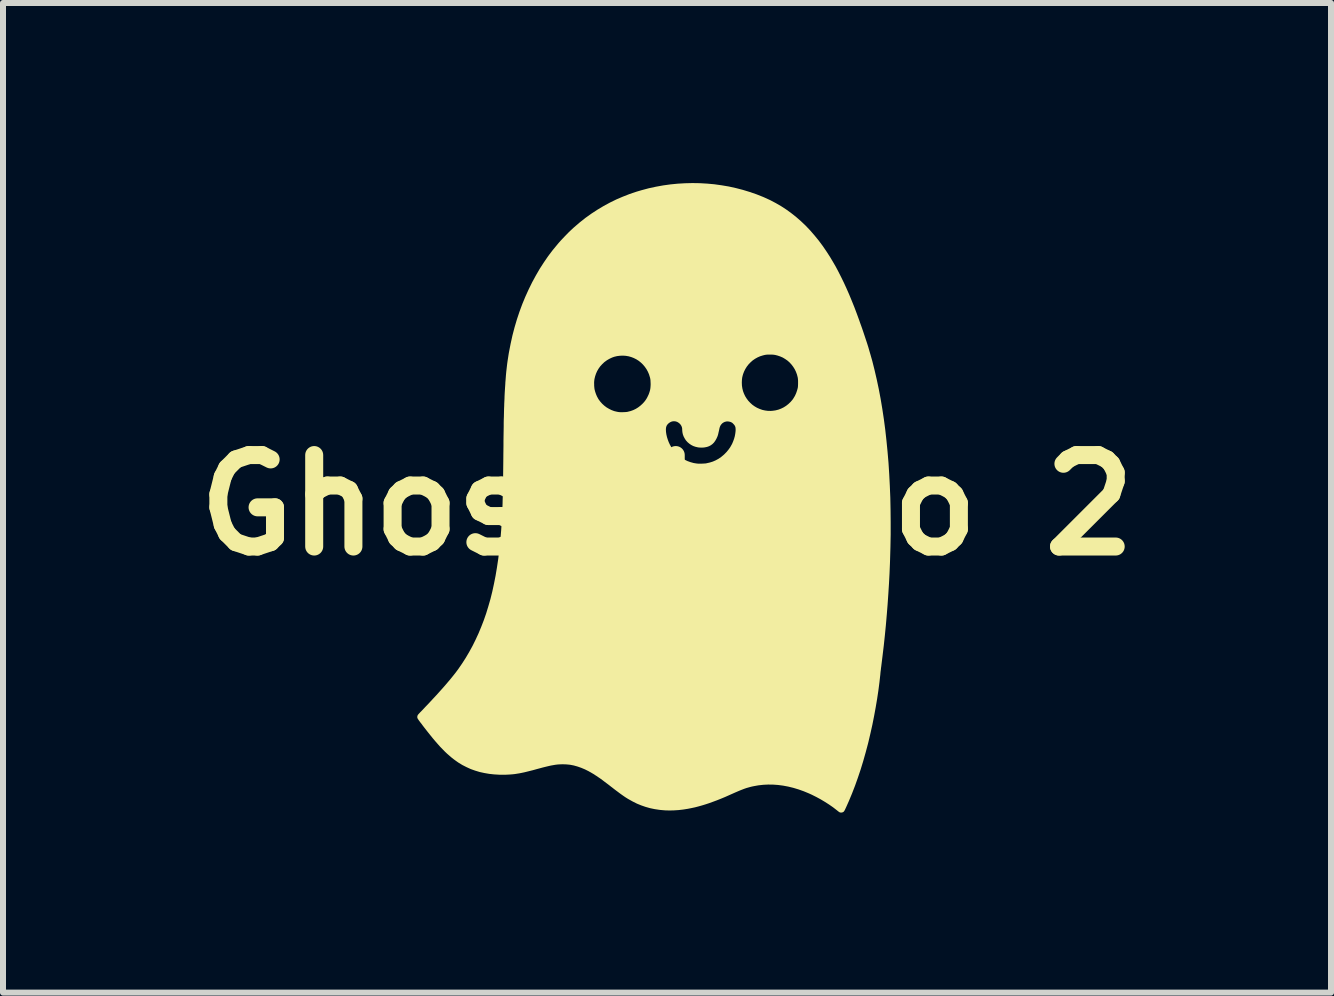
<source format=kicad_pcb>
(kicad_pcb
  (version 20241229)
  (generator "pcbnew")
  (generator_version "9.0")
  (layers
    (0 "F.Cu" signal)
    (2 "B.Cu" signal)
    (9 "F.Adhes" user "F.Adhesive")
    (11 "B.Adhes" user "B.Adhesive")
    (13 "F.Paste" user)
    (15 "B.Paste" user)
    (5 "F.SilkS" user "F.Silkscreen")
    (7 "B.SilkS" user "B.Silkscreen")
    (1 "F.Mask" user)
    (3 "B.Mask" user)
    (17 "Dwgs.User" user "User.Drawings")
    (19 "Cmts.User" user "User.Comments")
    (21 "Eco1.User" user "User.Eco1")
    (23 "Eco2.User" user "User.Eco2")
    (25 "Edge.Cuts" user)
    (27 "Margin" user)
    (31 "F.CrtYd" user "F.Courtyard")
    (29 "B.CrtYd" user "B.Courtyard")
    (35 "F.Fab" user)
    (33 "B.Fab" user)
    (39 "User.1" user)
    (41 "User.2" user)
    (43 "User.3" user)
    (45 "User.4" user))
  (footprint "Ghost Logo 2"
    (layer "F.Cu")
    (at 8.063 5.366)
    (property "Reference" "Ghost Logo 2" (at 0 0 0) (layer "F.SilkS") (effects (font (size 1.524 1.524) (thickness 0.3))))
    (attr board_only exclude_from_pos_files exclude_from_bom)
    (fp_poly (pts (xy 0.546 -5.364) (xy 0.667 -5.357) (xy 0.788 -5.346) (xy 0.909 -5.329) (xy 1.028 -5.309) (xy 1.146 -5.283) (xy 1.262 -5.253) (xy 1.377 -5.218) (xy 1.49 -5.179) (xy 1.601 -5.135) (xy 1.626 -5.124) (xy 1.72 -5.081) (xy 1.811 -5.033) (xy 1.901 -4.981) (xy 1.987 -4.925) (xy 2.071 -4.864) (xy 2.153 -4.799) (xy 2.232 -4.73) (xy 2.31 -4.656) (xy 2.385 -4.577) (xy 2.457 -4.494) (xy 2.528 -4.407) (xy 2.597 -4.314) (xy 2.663 -4.217) (xy 2.717 -4.133) (xy 2.764 -4.054) (xy 2.811 -3.973) (xy 2.856 -3.888) (xy 2.901 -3.799) (xy 2.946 -3.707) (xy 2.99 -3.611) (xy 3.034 -3.511) (xy 3.077 -3.407) (xy 3.121 -3.298) (xy 3.164 -3.184) (xy 3.207 -3.066) (xy 3.21 -3.056) (xy 3.239 -2.976) (xy 3.265 -2.901) (xy 3.289 -2.829) (xy 3.312 -2.76) (xy 3.334 -2.694) (xy 3.354 -2.63) (xy 3.372 -2.567) (xy 3.39 -2.506) (xy 3.407 -2.446) (xy 3.42 -2.4) (xy 3.458 -2.249) (xy 3.494 -2.093) (xy 3.528 -1.933) (xy 3.559 -1.769) (xy 3.587 -1.601) (xy 3.613 -1.429) (xy 3.636 -1.253) (xy 3.656 -1.073) (xy 3.674 -0.89) (xy 3.69 -0.703) (xy 3.702 -0.513) (xy 3.712 -0.319) (xy 3.72 -0.122) (xy 3.724 0.078) (xy 3.726 0.281) (xy 3.726 0.488) (xy 3.722 0.696) (xy 3.716 0.908) (xy 3.714 0.967) (xy 3.707 1.135) (xy 3.698 1.305) (xy 3.687 1.478) (xy 3.675 1.652) (xy 3.661 1.826) (xy 3.646 2) (xy 3.629 2.172) (xy 3.611 2.341) (xy 3.591 2.507) (xy 3.572 2.661) (xy 3.569 2.686) (xy 3.565 2.714) (xy 3.562 2.744) (xy 3.558 2.773) (xy 3.555 2.801) (xy 3.554 2.816) (xy 3.539 2.951) (xy 3.521 3.089) (xy 3.5 3.229) (xy 3.476 3.371) (xy 3.45 3.512) (xy 3.422 3.654) (xy 3.391 3.793) (xy 3.359 3.93) (xy 3.349 3.971) (xy 3.309 4.121) (xy 3.268 4.266) (xy 3.225 4.406) (xy 3.179 4.543) (xy 3.132 4.675) (xy 3.082 4.804) (xy 3.03 4.929) (xy 2.989 5.021) (xy 2.979 5.043) (xy 2.97 5.062) (xy 2.963 5.077) (xy 2.957 5.088) (xy 2.951 5.097) (xy 2.946 5.104) (xy 2.941 5.109) (xy 2.936 5.112) (xy 2.93 5.115) (xy 2.927 5.117) (xy 2.915 5.12) (xy 2.902 5.122) (xy 2.889 5.121) (xy 2.887 5.121) (xy 2.882 5.119) (xy 2.877 5.118) (xy 2.872 5.115) (xy 2.865 5.111) (xy 2.857 5.105) (xy 2.847 5.097) (xy 2.833 5.086) (xy 2.828 5.082) (xy 2.766 5.034) (xy 2.7 4.988) (xy 2.631 4.944) (xy 2.559 4.901) (xy 2.487 4.862) (xy 2.413 4.825) (xy 2.365 4.803) (xy 2.278 4.767) (xy 2.191 4.736) (xy 2.105 4.71) (xy 2.019 4.689) (xy 1.934 4.673) (xy 1.85 4.662) (xy 1.767 4.656) (xy 1.684 4.655) (xy 1.603 4.659) (xy 1.522 4.668) (xy 1.455 4.68) (xy 1.42 4.687) (xy 1.387 4.695) (xy 1.355 4.704) (xy 1.323 4.713) (xy 1.291 4.724) (xy 1.257 4.737) (xy 1.221 4.751) (xy 1.183 4.767) (xy 1.141 4.785) (xy 1.123 4.793) (xy 1.044 4.828) (xy 0.97 4.861) (xy 0.898 4.891) (xy 0.83 4.918) (xy 0.765 4.942) (xy 0.702 4.965) (xy 0.641 4.985) (xy 0.582 5.003) (xy 0.525 5.019) (xy 0.468 5.034) (xy 0.412 5.046) (xy 0.357 5.057) (xy 0.346 5.059) (xy 0.271 5.071) (xy 0.195 5.08) (xy 0.118 5.085) (xy 0.043 5.087) (xy -0.031 5.085) (xy -0.102 5.079) (xy -0.129 5.076) (xy -0.208 5.064) (xy -0.284 5.048) (xy -0.358 5.027) (xy -0.43 5.002) (xy -0.501 4.973) (xy -0.571 4.938) (xy -0.641 4.899) (xy -0.653 4.892) (xy -0.674 4.879) (xy -0.696 4.865) (xy -0.718 4.85) (xy -0.741 4.834) (xy -0.765 4.817) (xy -0.791 4.798) (xy -0.819 4.777) (xy -0.85 4.754) (xy -0.884 4.728) (xy -0.921 4.699) (xy -0.927 4.695) (xy -0.97 4.661) (xy -1.01 4.631) (xy -1.046 4.604) (xy -1.079 4.579) (xy -1.11 4.556) (xy -1.14 4.536) (xy -1.167 4.517) (xy -1.194 4.5) (xy -1.219 4.483) (xy -1.245 4.468) (xy -1.27 4.453) (xy -1.296 4.439) (xy -1.304 4.434) (xy -1.368 4.402) (xy -1.43 4.376) (xy -1.493 4.354) (xy -1.554 4.337) (xy -1.616 4.325) (xy -1.678 4.319) (xy -1.74 4.317) (xy -1.798 4.319) (xy -1.824 4.321) (xy -1.85 4.324) (xy -1.876 4.328) (xy -1.904 4.333) (xy -1.933 4.338) (xy -1.964 4.345) (xy -1.998 4.353) (xy -2.035 4.362) (xy -2.075 4.372) (xy -2.119 4.384) (xy -2.168 4.397) (xy -2.175 4.399) (xy -2.232 4.415) (xy -2.284 4.428) (xy -2.332 4.44) (xy -2.377 4.451) (xy -2.42 4.46) (xy -2.46 4.468) (xy -2.498 4.474) (xy -2.536 4.48) (xy -2.572 4.484) (xy -2.608 4.487) (xy -2.645 4.489) (xy -2.683 4.491) (xy -2.704 4.491) (xy -2.793 4.491) (xy -2.879 4.486) (xy -2.962 4.477) (xy -3.043 4.463) (xy -3.121 4.446) (xy -3.197 4.423) (xy -3.27 4.397) (xy -3.34 4.365) (xy -3.409 4.33) (xy -3.475 4.29) (xy -3.515 4.262) (xy -3.552 4.235) (xy -3.589 4.206) (xy -3.625 4.175) (xy -3.663 4.142) (xy -3.701 4.106) (xy -3.739 4.067) (xy -3.779 4.026) (xy -3.819 3.981) (xy -3.861 3.933) (xy -3.905 3.881) (xy -3.95 3.825) (xy -3.997 3.766) (xy -4.047 3.702) (xy -4.07 3.672) (xy -4.088 3.647) (xy -4.104 3.627) (xy -4.117 3.61) (xy -4.127 3.596) (xy -4.136 3.584) (xy -4.142 3.575) (xy -4.147 3.567) (xy -4.151 3.561) (xy -4.154 3.557) (xy -4.156 3.553) (xy -4.157 3.549) (xy -4.158 3.547) (xy -4.161 3.536) (xy -4.161 3.526) (xy -4.159 3.515) (xy -4.157 3.508) (xy -4.156 3.504) (xy -4.154 3.5) (xy -4.151 3.495) (xy -4.147 3.49) (xy -4.142 3.483) (xy -4.134 3.475) (xy -4.124 3.464) (xy -4.111 3.45) (xy -4.095 3.434) (xy -4.089 3.428) (xy -4.024 3.359) (xy -3.96 3.292) (xy -3.9 3.227) (xy -3.842 3.165) (xy -3.788 3.105) (xy -3.736 3.047) (xy -3.688 2.992) (xy -3.643 2.939) (xy -3.601 2.889) (xy -3.563 2.842) (xy -3.528 2.798) (xy -3.498 2.758) (xy -3.478 2.731) (xy -3.414 2.638) (xy -3.353 2.543) (xy -3.296 2.446) (xy -3.241 2.346) (xy -3.19 2.243) (xy -3.141 2.137) (xy -3.096 2.029) (xy -3.053 1.918) (xy -3.013 1.803) (xy -2.977 1.685) (xy -2.942 1.564) (xy -2.911 1.439) (xy -2.883 1.31) (xy -2.857 1.178) (xy -2.834 1.041) (xy -2.813 0.901) (xy -2.795 0.756) (xy -2.779 0.607) (xy -2.767 0.463) (xy -2.763 0.415) (xy -2.76 0.368) (xy -2.757 0.321) (xy -2.754 0.274) (xy -2.751 0.227) (xy -2.749 0.179) (xy -2.746 0.129) (xy -2.744 0.079) (xy -2.742 0.027) (xy -2.74 -0.026) (xy -2.739 -0.082) (xy -2.737 -0.14) (xy -2.735 -0.2) (xy -2.734 -0.264) (xy -2.733 -0.331) (xy -2.732 -0.401) (xy -2.731 -0.474) (xy -2.73 -0.552) (xy -2.729 -0.634) (xy -2.728 -0.721) (xy -2.727 -0.813) (xy -2.727 -0.831) (xy -2.726 -0.914) (xy -2.725 -0.991) (xy -2.725 -1.065) (xy -2.724 -1.133) (xy -2.723 -1.198) (xy -2.722 -1.259) (xy -0.019 -1.259) (xy -0.017 -1.219) (xy -0.011 -1.178) (xy -0.001 -1.135) (xy 0.012 -1.093) (xy 0.028 -1.05) (xy 0.047 -1.009) (xy 0.069 -0.97) (xy 0.079 -0.954) (xy 0.094 -0.932) (xy 0.109 -0.913) (xy 0.125 -0.894) (xy 0.142 -0.876) (xy 0.162 -0.855) (xy 0.165 -0.853) (xy 0.206 -0.816) (xy 0.249 -0.784) (xy 0.294 -0.757) (xy 0.342 -0.734) (xy 0.392 -0.716) (xy 0.443 -0.702) (xy 0.466 -0.698) (xy 0.48 -0.696) (xy 0.492 -0.694) (xy 0.502 -0.693) (xy 0.511 -0.692) (xy 0.52 -0.691) (xy 0.531 -0.691) (xy 0.545 -0.691) (xy 0.562 -0.691) (xy 0.571 -0.691) (xy 0.594 -0.692) (xy 0.612 -0.693) (xy 0.628 -0.694) (xy 0.642 -0.695) (xy 0.656 -0.697) (xy 0.658 -0.698) (xy 0.712 -0.71) (xy 0.763 -0.726) (xy 0.811 -0.747) (xy 0.857 -0.772) (xy 0.901 -0.802) (xy 0.943 -0.837) (xy 0.957 -0.85) (xy 0.993 -0.887) (xy 1.024 -0.925) (xy 1.052 -0.964) (xy 1.075 -1.005) (xy 1.083 -1.019) (xy 1.101 -1.061) (xy 1.117 -1.105) (xy 1.129 -1.148) (xy 1.137 -1.192) (xy 1.142 -1.233) (xy 1.143 -1.255) (xy 1.142 -1.277) (xy 1.14 -1.295) (xy 1.135 -1.311) (xy 1.127 -1.327) (xy 1.127 -1.327) (xy 1.12 -1.337) (xy 1.11 -1.348) (xy 1.099 -1.36) (xy 1.088 -1.37) (xy 1.078 -1.377) (xy 1.077 -1.377) (xy 1.058 -1.386) (xy 1.035 -1.392) (xy 1.011 -1.395) (xy 0.987 -1.394) (xy 0.985 -1.393) (xy 0.961 -1.387) (xy 0.939 -1.376) (xy 0.919 -1.362) (xy 0.902 -1.343) (xy 0.888 -1.322) (xy 0.878 -1.297) (xy 0.873 -1.278) (xy 0.867 -1.248) (xy 0.861 -1.223) (xy 0.856 -1.201) (xy 0.852 -1.182) (xy 0.847 -1.165) (xy 0.842 -1.15) (xy 0.836 -1.135) (xy 0.829 -1.12) (xy 0.822 -1.105) (xy 0.822 -1.105) (xy 0.803 -1.072) (xy 0.782 -1.043) (xy 0.757 -1.018) (xy 0.73 -0.998) (xy 0.7 -0.982) (xy 0.666 -0.97) (xy 0.631 -0.963) (xy 0.61 -0.96) (xy 0.587 -0.959) (xy 0.563 -0.959) (xy 0.539 -0.96) (xy 0.519 -0.962) (xy 0.514 -0.963) (xy 0.475 -0.972) (xy 0.437 -0.985) (xy 0.402 -1.003) (xy 0.37 -1.025) (xy 0.341 -1.05) (xy 0.316 -1.078) (xy 0.312 -1.083) (xy 0.292 -1.115) (xy 0.275 -1.148) (xy 0.263 -1.182) (xy 0.256 -1.216) (xy 0.253 -1.25) (xy 0.252 -1.277) (xy 0.247 -1.301) (xy 0.238 -1.322) (xy 0.226 -1.341) (xy 0.212 -1.357) (xy 0.191 -1.374) (xy 0.169 -1.387) (xy 0.145 -1.395) (xy 0.121 -1.398) (xy 0.097 -1.397) (xy 0.073 -1.391) (xy 0.05 -1.38) (xy 0.028 -1.365) (xy 0.025 -1.362) (xy 0.008 -1.345) (xy -0.004 -1.328) (xy -0.012 -1.309) (xy -0.017 -1.289) (xy -0.019 -1.265) (xy -0.019 -1.259) (xy -2.722 -1.259) (xy -2.722 -1.26) (xy -2.721 -1.317) (xy -2.721 -1.372) (xy -2.72 -1.424) (xy -2.718 -1.474) (xy -2.717 -1.521) (xy -2.716 -1.566) (xy -2.715 -1.61) (xy -2.713 -1.652) (xy -2.712 -1.694) (xy -2.71 -1.734) (xy -2.708 -1.774) (xy -2.707 -1.814) (xy -2.705 -1.855) (xy -2.704 -1.874) (xy -2.699 -1.953) (xy -2.694 -2.027) (xy -2.694 -2.037) (xy -1.215 -2.037) (xy -1.214 -2.014) (xy -1.214 -1.99) (xy -1.212 -1.967) (xy -1.21 -1.946) (xy -1.207 -1.929) (xy -1.207 -1.927) (xy -1.197 -1.889) (xy -1.184 -1.851) (xy -1.168 -1.813) (xy -1.149 -1.778) (xy -1.141 -1.764) (xy -1.113 -1.726) (xy -1.081 -1.69) (xy -1.046 -1.658) (xy -1.008 -1.629) (xy -0.967 -1.605) (xy -0.925 -1.584) (xy -0.88 -1.567) (xy -0.834 -1.556) (xy -0.812 -1.552) (xy -0.796 -1.55) (xy -0.777 -1.549) (xy -0.755 -1.549) (xy -0.733 -1.549) (xy -0.71 -1.55) (xy -0.689 -1.551) (xy -0.67 -1.553) (xy -0.655 -1.555) (xy -0.654 -1.556) (xy -0.606 -1.568) (xy -0.562 -1.584) (xy -0.521 -1.604) (xy -0.482 -1.628) (xy -0.444 -1.657) (xy -0.412 -1.686) (xy -0.391 -1.708) (xy -0.373 -1.729) (xy -0.358 -1.749) (xy -0.344 -1.77) (xy -0.331 -1.793) (xy -0.322 -1.811) (xy -0.305 -1.847) (xy -0.293 -1.881) (xy -0.283 -1.915) (xy -0.277 -1.95) (xy -0.274 -1.987) (xy -0.273 -2.016) (xy -0.274 -2.041) (xy 1.246 -2.041) (xy 1.248 -1.991) (xy 1.255 -1.945) (xy 1.266 -1.9) (xy 1.282 -1.857) (xy 1.302 -1.815) (xy 1.325 -1.778) (xy 1.353 -1.74) (xy 1.386 -1.705) (xy 1.421 -1.673) (xy 1.459 -1.646) (xy 1.5 -1.622) (xy 1.543 -1.603) (xy 1.588 -1.587) (xy 1.634 -1.577) (xy 1.68 -1.571) (xy 1.728 -1.57) (xy 1.758 -1.572) (xy 1.807 -1.579) (xy 1.855 -1.591) (xy 1.9 -1.608) (xy 1.943 -1.629) (xy 1.984 -1.655) (xy 2.022 -1.685) (xy 2.058 -1.719) (xy 2.09 -1.756) (xy 2.107 -1.781) (xy 2.131 -1.821) (xy 2.151 -1.865) (xy 2.167 -1.912) (xy 2.177 -1.949) (xy 2.179 -1.958) (xy 2.18 -1.967) (xy 2.181 -1.976) (xy 2.182 -1.986) (xy 2.182 -1.999) (xy 2.183 -2.015) (xy 2.183 -2.034) (xy 2.183 -2.038) (xy 2.183 -2.059) (xy 2.183 -2.075) (xy 2.182 -2.088) (xy 2.181 -2.099) (xy 2.18 -2.109) (xy 2.179 -2.118) (xy 2.177 -2.128) (xy 2.177 -2.129) (xy 2.165 -2.176) (xy 2.148 -2.222) (xy 2.127 -2.265) (xy 2.102 -2.305) (xy 2.074 -2.342) (xy 2.042 -2.377) (xy 2.007 -2.408) (xy 1.968 -2.435) (xy 1.928 -2.459) (xy 1.884 -2.478) (xy 1.839 -2.493) (xy 1.835 -2.494) (xy 1.815 -2.499) (xy 1.798 -2.503) (xy 1.783 -2.505) (xy 1.768 -2.507) (xy 1.751 -2.508) (xy 1.732 -2.508) (xy 1.715 -2.508) (xy 1.693 -2.508) (xy 1.674 -2.508) (xy 1.658 -2.507) (xy 1.643 -2.505) (xy 1.627 -2.502) (xy 1.61 -2.498) (xy 1.595 -2.494) (xy 1.55 -2.48) (xy 1.507 -2.461) (xy 1.466 -2.438) (xy 1.427 -2.411) (xy 1.392 -2.38) (xy 1.359 -2.346) (xy 1.33 -2.309) (xy 1.305 -2.269) (xy 1.284 -2.227) (xy 1.267 -2.183) (xy 1.26 -2.158) (xy 1.253 -2.129) (xy 1.249 -2.101) (xy 1.247 -2.072) (xy 1.246 -2.041) (xy -0.274 -2.041) (xy -0.274 -2.042) (xy -0.275 -2.064) (xy -0.276 -2.084) (xy -0.279 -2.104) (xy -0.283 -2.123) (xy -0.286 -2.133) (xy -0.3 -2.179) (xy -0.319 -2.223) (xy -0.342 -2.265) (xy -0.369 -2.304) (xy -0.4 -2.341) (xy -0.434 -2.374) (xy -0.471 -2.404) (xy -0.512 -2.43) (xy -0.554 -2.451) (xy -0.595 -2.467) (xy -0.641 -2.48) (xy -0.689 -2.488) (xy -0.737 -2.491) (xy -0.785 -2.489) (xy -0.833 -2.483) (xy -0.879 -2.472) (xy -0.893 -2.467) (xy -0.913 -2.46) (xy -0.935 -2.45) (xy -0.958 -2.439) (xy -0.981 -2.426) (xy -1.001 -2.414) (xy -1.007 -2.41) (xy -1.045 -2.382) (xy -1.08 -2.349) (xy -1.112 -2.314) (xy -1.14 -2.275) (xy -1.164 -2.234) (xy -1.183 -2.191) (xy -1.198 -2.147) (xy -1.209 -2.101) (xy -1.212 -2.078) (xy -1.214 -2.059) (xy -1.215 -2.037) (xy -2.694 -2.037) (xy -2.689 -2.097) (xy -2.684 -2.163) (xy -2.678 -2.227) (xy -2.671 -2.288) (xy -2.664 -2.348) (xy -2.656 -2.406) (xy -2.647 -2.464) (xy -2.638 -2.522) (xy -2.632 -2.555) (xy -2.605 -2.693) (xy -2.575 -2.829) (xy -2.54 -2.963) (xy -2.501 -3.095) (xy -2.458 -3.224) (xy -2.411 -3.351) (xy -2.36 -3.474) (xy -2.305 -3.595) (xy -2.247 -3.713) (xy -2.185 -3.827) (xy -2.12 -3.939) (xy -2.051 -4.046) (xy -1.979 -4.151) (xy -1.903 -4.251) (xy -1.831 -4.338) (xy -1.805 -4.369) (xy -1.776 -4.402) (xy -1.745 -4.435) (xy -1.712 -4.47) (xy -1.679 -4.504) (xy -1.647 -4.537) (xy -1.615 -4.568) (xy -1.584 -4.597) (xy -1.556 -4.623) (xy -1.548 -4.63) (xy -1.455 -4.71) (xy -1.359 -4.786) (xy -1.261 -4.856) (xy -1.16 -4.922) (xy -1.058 -4.983) (xy -0.953 -5.04) (xy -0.845 -5.093) (xy -0.735 -5.14) (xy -0.623 -5.184) (xy -0.507 -5.223) (xy -0.425 -5.247) (xy -0.306 -5.279) (xy -0.186 -5.305) (xy -0.065 -5.327) (xy 0.057 -5.344) (xy 0.179 -5.356) (xy 0.301 -5.363) (xy 0.423 -5.366)) (stroke (width 0) (type solid)) (fill yes) (layer "F.SilkS")))
  (gr_rect
    (start -3 -3)
    (end 19.125 13.487)
    (stroke (width 0.1) (type default))
    (fill no)
    (layer "Edge.Cuts")))
</source>
